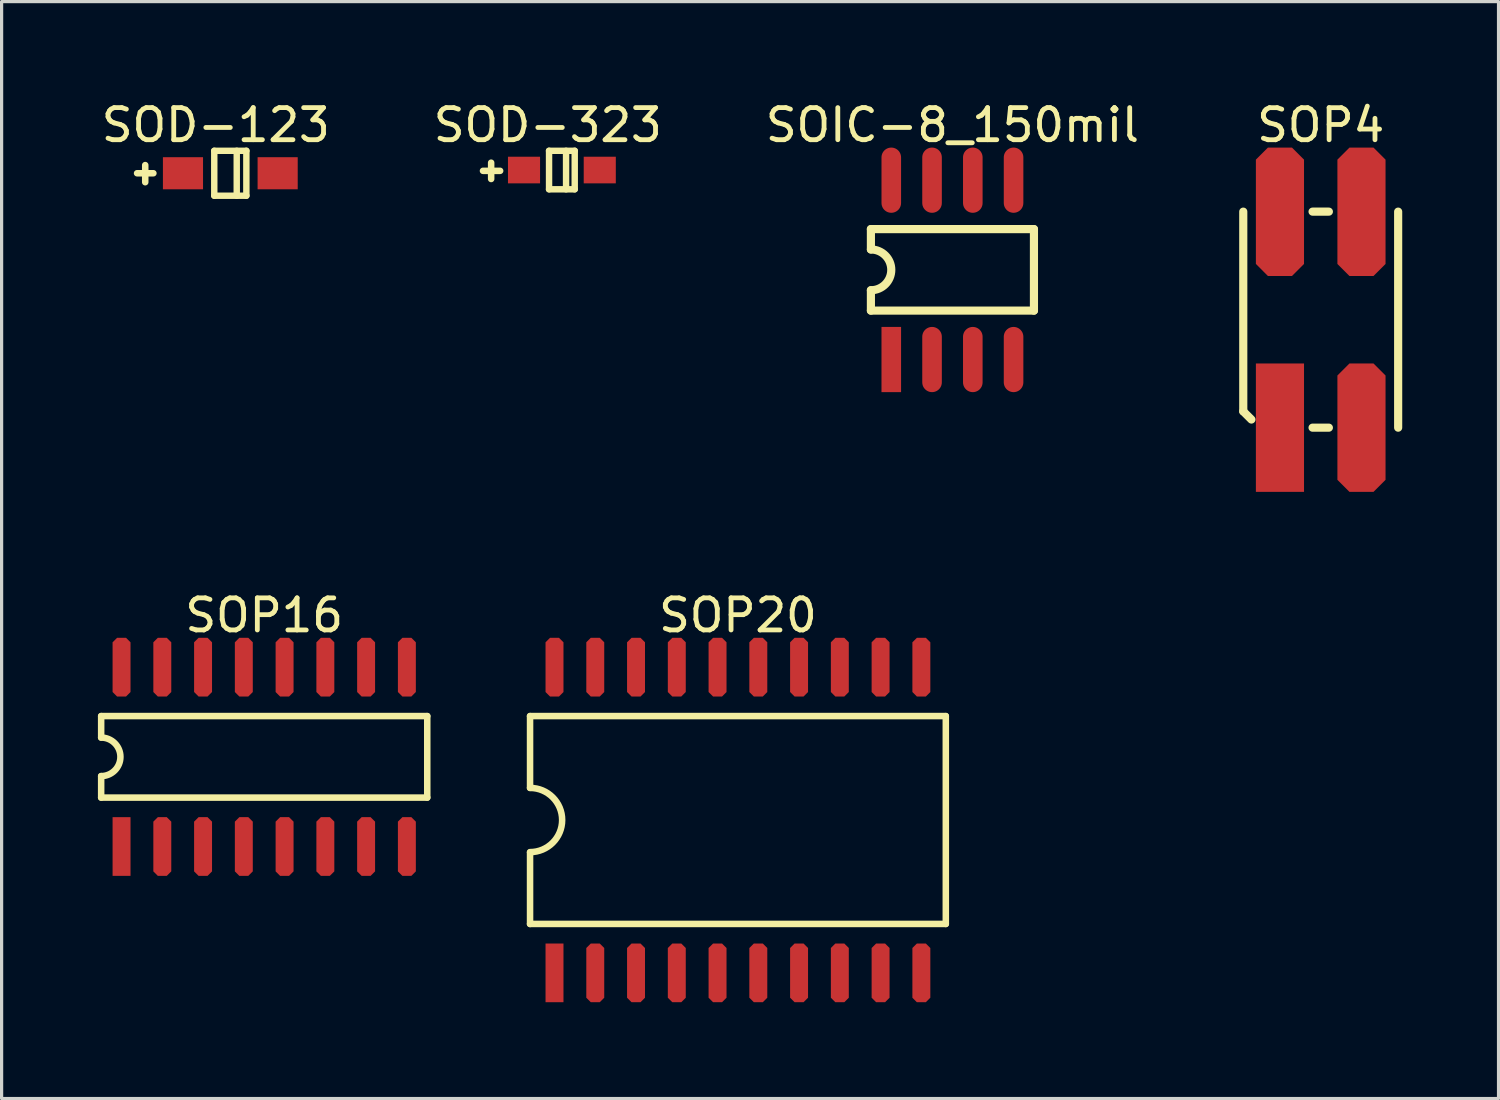
<source format=kicad_pcb>
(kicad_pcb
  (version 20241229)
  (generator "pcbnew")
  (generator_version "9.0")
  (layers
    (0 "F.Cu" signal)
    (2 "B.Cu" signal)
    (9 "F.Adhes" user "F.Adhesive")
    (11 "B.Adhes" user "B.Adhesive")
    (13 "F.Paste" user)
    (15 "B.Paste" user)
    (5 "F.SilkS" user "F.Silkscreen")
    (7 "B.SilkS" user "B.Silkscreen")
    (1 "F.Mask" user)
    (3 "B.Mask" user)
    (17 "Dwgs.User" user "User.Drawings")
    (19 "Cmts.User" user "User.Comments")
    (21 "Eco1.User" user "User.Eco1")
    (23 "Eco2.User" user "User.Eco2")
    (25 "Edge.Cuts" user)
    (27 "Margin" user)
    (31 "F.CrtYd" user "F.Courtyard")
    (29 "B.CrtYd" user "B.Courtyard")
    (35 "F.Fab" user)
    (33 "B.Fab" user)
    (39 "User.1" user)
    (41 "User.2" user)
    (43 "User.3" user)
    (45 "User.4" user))
  (footprint "SOP20"
    (layer "F.Cu")
    (at 14.227 27.262)
    (property "Reference" "SOP20" (at 5.715 -11.139 0) (layer "F.SilkS") (effects (font (size 1 1) (thickness 0.15))))
    (fp_line (start -0.762 -8.001) (end 12.192 -8.001) (stroke (width 0.203) (type solid)) (layer "F.SilkS"))
    (fp_line (start -0.762 -5.763) (end -0.762 -8.001) (stroke (width 0.203) (type solid)) (layer "F.SilkS"))
    (fp_line (start -0.762 -1.524) (end -0.762 -3.75) (stroke (width 0.203) (type solid)) (layer "F.SilkS"))
    (fp_line (start -0.762 -1.524) (end 12.192 -1.524) (stroke (width 0.203) (type solid)) (layer "F.SilkS"))
    (fp_line (start 12.192 -1.524) (end 12.192 -8.001) (stroke (width 0.203) (type solid)) (layer "F.SilkS"))
    (fp_arc (start -0.762 -5.7625) (mid 0.238 -4.7625) (end -0.762 -3.7625) (stroke (width 0.2032) (type solid)) (layer "F.SilkS"))
    (pad "1" smd rect (at 0 0) (size 0.559 1.829) (layers "F.Cu" "F.Mask" "F.Paste"))
    (pad "2" smd roundrect (at 1.27 0) (size 0.559 1.829) (layers "F.Cu" "F.Mask" "F.Paste") (roundrect_rratio 0.25) (chamfer_ratio 0.25) (chamfer top_left top_right bottom_left bottom_right))
    (pad "3" smd roundrect (at 2.54 0) (size 0.559 1.829) (layers "F.Cu" "F.Mask" "F.Paste") (roundrect_rratio 0.25) (chamfer_ratio 0.25) (chamfer top_left top_right bottom_left bottom_right))
    (pad "4" smd roundrect (at 3.81 0) (size 0.559 1.829) (layers "F.Cu" "F.Mask" "F.Paste") (roundrect_rratio 0.25) (chamfer_ratio 0.25) (chamfer top_left top_right bottom_left bottom_right))
    (pad "5" smd roundrect (at 5.08 0) (size 0.559 1.829) (layers "F.Cu" "F.Mask" "F.Paste") (roundrect_rratio 0.25) (chamfer_ratio 0.25) (chamfer top_left top_right bottom_left bottom_right))
    (pad "6" smd roundrect (at 6.35 0) (size 0.559 1.829) (layers "F.Cu" "F.Mask" "F.Paste") (roundrect_rratio 0.25) (chamfer_ratio 0.25) (chamfer top_left top_right bottom_left bottom_right))
    (pad "7" smd roundrect (at 7.62 0) (size 0.559 1.829) (layers "F.Cu" "F.Mask" "F.Paste") (roundrect_rratio 0.25) (chamfer_ratio 0.25) (chamfer top_left top_right bottom_left bottom_right))
    (pad "8" smd roundrect (at 8.89 0) (size 0.559 1.829) (layers "F.Cu" "F.Mask" "F.Paste") (roundrect_rratio 0.25) (chamfer_ratio 0.25) (chamfer top_left top_right bottom_left bottom_right))
    (pad "9" smd roundrect (at 10.16 0) (size 0.559 1.829) (layers "F.Cu" "F.Mask" "F.Paste") (roundrect_rratio 0.25) (chamfer_ratio 0.25) (chamfer top_left top_right bottom_left bottom_right))
    (pad "10" smd roundrect (at 11.43 0) (size 0.559 1.829) (layers "F.Cu" "F.Mask" "F.Paste") (roundrect_rratio 0.25) (chamfer_ratio 0.25) (chamfer top_left top_right bottom_left bottom_right))
    (pad "11" smd roundrect (at 11.43 -9.525) (size 0.559 1.829) (layers "F.Cu" "F.Mask" "F.Paste") (roundrect_rratio 0.25) (chamfer_ratio 0.25) (chamfer top_left top_right bottom_left bottom_right))
    (pad "12" smd roundrect (at 10.16 -9.525) (size 0.559 1.829) (layers "F.Cu" "F.Mask" "F.Paste") (roundrect_rratio 0.25) (chamfer_ratio 0.25) (chamfer top_left top_right bottom_left bottom_right))
    (pad "13" smd roundrect (at 8.89 -9.525) (size 0.559 1.829) (layers "F.Cu" "F.Mask" "F.Paste") (roundrect_rratio 0.25) (chamfer_ratio 0.25) (chamfer top_left top_right bottom_left bottom_right))
    (pad "14" smd roundrect (at 7.62 -9.525) (size 0.559 1.829) (layers "F.Cu" "F.Mask" "F.Paste") (roundrect_rratio 0.25) (chamfer_ratio 0.25) (chamfer top_left top_right bottom_left bottom_right))
    (pad "15" smd roundrect (at 6.35 -9.525) (size 0.559 1.829) (layers "F.Cu" "F.Mask" "F.Paste") (roundrect_rratio 0.25) (chamfer_ratio 0.25) (chamfer top_left top_right bottom_left bottom_right))
    (pad "16" smd roundrect (at 5.08 -9.525) (size 0.559 1.829) (layers "F.Cu" "F.Mask" "F.Paste") (roundrect_rratio 0.25) (chamfer_ratio 0.25) (chamfer top_left top_right bottom_left bottom_right))
    (pad "17" smd roundrect (at 3.81 -9.525) (size 0.559 1.829) (layers "F.Cu" "F.Mask" "F.Paste") (roundrect_rratio 0.25) (chamfer_ratio 0.25) (chamfer top_left top_right bottom_left bottom_right))
    (pad "18" smd roundrect (at 2.54 -9.525) (size 0.559 1.829) (layers "F.Cu" "F.Mask" "F.Paste") (roundrect_rratio 0.25) (chamfer_ratio 0.25) (chamfer top_left top_right bottom_left bottom_right))
    (pad "19" smd roundrect (at 1.27 -9.525) (size 0.559 1.829) (layers "F.Cu" "F.Mask" "F.Paste") (roundrect_rratio 0.25) (chamfer_ratio 0.25) (chamfer top_left top_right bottom_left bottom_right))
    (pad "20" smd roundrect (at 0 -9.525) (size 0.559 1.829) (layers "F.Cu" "F.Mask" "F.Paste") (roundrect_rratio 0.25) (chamfer_ratio 0.25) (chamfer top_left top_right bottom_left bottom_right)))
  (footprint "SOP16"
    (layer "F.Cu")
    (at 0.737 23.325)
    (property "Reference" "SOP16" (at 4.445 -7.202 0) (layer "F.SilkS") (effects (font (size 1 1) (thickness 0.15))))
    (fp_line (start -0.635 -4.064) (end 9.525 -4.064) (stroke (width 0.203) (type solid)) (layer "F.SilkS"))
    (fp_line (start -0.635 -3.394) (end -0.635 -4.064) (stroke (width 0.203) (type solid)) (layer "F.SilkS"))
    (fp_line (start -0.635 -1.524) (end -0.635 -2.194) (stroke (width 0.203) (type solid)) (layer "F.SilkS"))
    (fp_line (start -0.635 -1.524) (end 9.525 -1.524) (stroke (width 0.203) (type solid)) (layer "F.SilkS"))
    (fp_line (start 9.525 -1.524) (end 9.525 -4.064) (stroke (width 0.203) (type solid)) (layer "F.SilkS"))
    (fp_arc (start -0.635 -3.394) (mid -0.035 -2.794) (end -0.635 -2.194) (stroke (width 0.2032) (type solid)) (layer "F.SilkS"))
    (pad "1" smd rect (at 0 0) (size 0.559 1.829) (layers "F.Cu" "F.Mask" "F.Paste"))
    (pad "2" smd roundrect (at 1.27 0) (size 0.559 1.829) (layers "F.Cu" "F.Mask" "F.Paste") (roundrect_rratio 0.25) (chamfer_ratio 0.25) (chamfer top_left top_right bottom_left bottom_right))
    (pad "3" smd roundrect (at 2.54 0) (size 0.559 1.829) (layers "F.Cu" "F.Mask" "F.Paste") (roundrect_rratio 0.25) (chamfer_ratio 0.25) (chamfer top_left top_right bottom_left bottom_right))
    (pad "4" smd roundrect (at 3.81 0) (size 0.559 1.829) (layers "F.Cu" "F.Mask" "F.Paste") (roundrect_rratio 0.25) (chamfer_ratio 0.25) (chamfer top_left top_right bottom_left bottom_right))
    (pad "5" smd roundrect (at 5.08 0) (size 0.559 1.829) (layers "F.Cu" "F.Mask" "F.Paste") (roundrect_rratio 0.25) (chamfer_ratio 0.25) (chamfer top_left top_right bottom_left bottom_right))
    (pad "6" smd roundrect (at 6.35 0) (size 0.559 1.829) (layers "F.Cu" "F.Mask" "F.Paste") (roundrect_rratio 0.25) (chamfer_ratio 0.25) (chamfer top_left top_right bottom_left bottom_right))
    (pad "7" smd roundrect (at 7.62 0) (size 0.559 1.829) (layers "F.Cu" "F.Mask" "F.Paste") (roundrect_rratio 0.25) (chamfer_ratio 0.25) (chamfer top_left top_right bottom_left bottom_right))
    (pad "8" smd roundrect (at 8.89 0) (size 0.559 1.829) (layers "F.Cu" "F.Mask" "F.Paste") (roundrect_rratio 0.25) (chamfer_ratio 0.25) (chamfer top_left top_right bottom_left bottom_right))
    (pad "9" smd roundrect (at 8.89 -5.588) (size 0.559 1.829) (layers "F.Cu" "F.Mask" "F.Paste") (roundrect_rratio 0.25) (chamfer_ratio 0.25) (chamfer top_left top_right bottom_left bottom_right))
    (pad "10" smd roundrect (at 7.62 -5.588) (size 0.559 1.829) (layers "F.Cu" "F.Mask" "F.Paste") (roundrect_rratio 0.25) (chamfer_ratio 0.25) (chamfer top_left top_right bottom_left bottom_right))
    (pad "11" smd roundrect (at 6.35 -5.588) (size 0.559 1.829) (layers "F.Cu" "F.Mask" "F.Paste") (roundrect_rratio 0.25) (chamfer_ratio 0.25) (chamfer top_left top_right bottom_left bottom_right))
    (pad "12" smd roundrect (at 5.08 -5.588) (size 0.559 1.829) (layers "F.Cu" "F.Mask" "F.Paste") (roundrect_rratio 0.25) (chamfer_ratio 0.25) (chamfer top_left top_right bottom_left bottom_right))
    (pad "13" smd roundrect (at 3.81 -5.588) (size 0.559 1.829) (layers "F.Cu" "F.Mask" "F.Paste") (roundrect_rratio 0.25) (chamfer_ratio 0.25) (chamfer top_left top_right bottom_left bottom_right))
    (pad "14" smd roundrect (at 2.54 -5.588) (size 0.559 1.829) (layers "F.Cu" "F.Mask" "F.Paste") (roundrect_rratio 0.25) (chamfer_ratio 0.25) (chamfer top_left top_right bottom_left bottom_right))
    (pad "15" smd roundrect (at 1.27 -5.588) (size 0.559 1.829) (layers "F.Cu" "F.Mask" "F.Paste") (roundrect_rratio 0.25) (chamfer_ratio 0.25) (chamfer top_left top_right bottom_left bottom_right))
    (pad "16" smd roundrect (at 0 -5.588) (size 0.559 1.829) (layers "F.Cu" "F.Mask" "F.Paste") (roundrect_rratio 0.25) (chamfer_ratio 0.25) (chamfer top_left top_right bottom_left bottom_right)))
  (footprint "SOD-123"
    (layer "F.Cu")
    (at 2.651 2.348)
    (property "Reference" "SOD-123" (at 1.022 -1.5 0) (layer "F.SilkS") (effects (font (size 1 1) (thickness 0.15))))
    (fp_line (start -1.43 0) (end -0.922 0) (stroke (width 0.203) (type solid)) (layer "F.SilkS"))
    (fp_line (start -1.176 0.279) (end -1.176 -0.254) (stroke (width 0.203) (type solid)) (layer "F.SilkS"))
    (fp_line (start 0.975 -0.7) (end 1.975 -0.7) (stroke (width 0.2) (type solid)) (layer "F.SilkS"))
    (fp_line (start 0.975 0.7) (end 0.975 -0.7) (stroke (width 0.2) (type solid)) (layer "F.SilkS"))
    (fp_line (start 0.975 0.7) (end 1.975 0.7) (stroke (width 0.2) (type solid)) (layer "F.SilkS"))
    (fp_line (start 1.675 0.7) (end 1.675 -0.7) (stroke (width 0.2) (type solid)) (layer "F.SilkS"))
    (fp_line (start 1.975 0.7) (end 1.975 -0.7) (stroke (width 0.2) (type solid)) (layer "F.SilkS"))
    (pad "1" smd rect (at 0 0) (size 1.25 1) (layers "F.Cu" "F.Mask" "F.Paste"))
    (pad "2" smd rect (at 2.95 0) (size 1.25 1) (layers "F.Cu" "F.Mask" "F.Paste")))
  (footprint "SOIC-8_150mil"
    (layer "F.Cu")
    (at 24.72 8.152)
    (property "Reference" "SOIC-8_150mil" (at 1.905 -7.304 0) (layer "F.SilkS") (effects (font (size 1 1) (thickness 0.15))))
    (fp_line (start -0.635 -4.064) (end 4.445 -4.064) (stroke (width 0.254) (type solid)) (layer "F.SilkS"))
    (fp_line (start -0.635 -3.429) (end -0.635 -4.064) (stroke (width 0.254) (type solid)) (layer "F.SilkS"))
    (fp_line (start -0.635 -1.524) (end -0.635 -2.159) (stroke (width 0.254) (type solid)) (layer "F.SilkS"))
    (fp_line (start -0.635 -1.524) (end 4.445 -1.524) (stroke (width 0.254) (type solid)) (layer "F.SilkS"))
    (fp_line (start 4.445 -1.524) (end 4.445 -4.064) (stroke (width 0.254) (type solid)) (layer "F.SilkS"))
    (fp_arc (start -0.635 -3.429) (mid 0 -2.794) (end -0.635 -2.159) (stroke (width 0.254) (type solid)) (layer "F.SilkS"))
    (pad "1" smd rect (at 0 0 90) (size 2.032 0.61) (layers "F.Cu" "F.Mask" "F.Paste"))
    (pad "2" smd oval (at 1.27 0 90) (size 2.032 0.61) (layers "F.Cu" "F.Mask" "F.Paste"))
    (pad "3" smd oval (at 2.54 0 90) (size 2.032 0.61) (layers "F.Cu" "F.Mask" "F.Paste"))
    (pad "4" smd oval (at 3.81 0 90) (size 2.032 0.61) (layers "F.Cu" "F.Mask" "F.Paste"))
    (pad "5" smd oval (at 3.81 -5.588 90) (size 2.032 0.61) (layers "F.Cu" "F.Mask" "F.Paste"))
    (pad "6" smd oval (at 2.54 -5.588 90) (size 2.032 0.61) (layers "F.Cu" "F.Mask" "F.Paste"))
    (pad "7" smd oval (at 1.27 -5.588 90) (size 2.032 0.61) (layers "F.Cu" "F.Mask" "F.Paste"))
    (pad "8" smd oval (at 0 -5.588 90) (size 2.032 0.61) (layers "F.Cu" "F.Mask" "F.Paste")))
  (footprint "SOD-323"
    (layer "F.Cu")
    (at 13.277 2.248)
    (property "Reference" "SOD-323" (at 0.74 -1.4 0) (layer "F.SilkS") (effects (font (size 1 1) (thickness 0.15))))
    (fp_line (start -1.278 0.025) (end -0.744 0.025) (stroke (width 0.203) (type solid)) (layer "F.SilkS"))
    (fp_line (start -1.024 0.279) (end -1.024 -0.229) (stroke (width 0.203) (type solid)) (layer "F.SilkS"))
    (fp_line (start 0.78 -0.6) (end 1.58 -0.6) (stroke (width 0.2) (type solid)) (layer "F.SilkS"))
    (fp_line (start 0.78 0.6) (end 0.78 -0.6) (stroke (width 0.2) (type solid)) (layer "F.SilkS"))
    (fp_line (start 0.78 0.6) (end 1.58 0.6) (stroke (width 0.2) (type solid)) (layer "F.SilkS"))
    (fp_line (start 1.31 0.6) (end 1.31 -0.6) (stroke (width 0.2) (type solid)) (layer "F.SilkS"))
    (fp_line (start 1.58 0.6) (end 1.58 -0.6) (stroke (width 0.2) (type solid)) (layer "F.SilkS"))
    (pad "1" smd rect (at 0 0 180) (size 1 0.83) (layers "F.Cu" "F.Mask" "F.Paste"))
    (pad "2" smd rect (at 2.36 0 180) (size 1 0.83) (layers "F.Cu" "F.Mask" "F.Paste")))
  (footprint "SOP4"
    (layer "F.Cu")
    (at 36.83 10.275)
    (property "Reference" "SOP4" (at 1.27 -9.426 0) (layer "F.SilkS") (effects (font (size 1 1) (thickness 0.15))))
    (fp_line (start -1.143 -0.508) (end -1.143 -6.731) (stroke (width 0.254) (type solid)) (layer "F.SilkS"))
    (fp_line (start -1.143 -0.508) (end -0.889 -0.254) (stroke (width 0.254) (type solid)) (layer "F.SilkS"))
    (fp_line (start 1.016 -6.731) (end 1.524 -6.731) (stroke (width 0.254) (type solid)) (layer "F.SilkS"))
    (fp_line (start 1.016 0) (end 1.524 0) (stroke (width 0.254) (type solid)) (layer "F.SilkS"))
    (fp_line (start 3.683 0) (end 3.683 -6.731) (stroke (width 0.254) (type solid)) (layer "F.SilkS"))
    (pad "1" smd rect (at 0 0 270) (size 4 1.5) (layers "F.Cu" "F.Mask" "F.Paste"))
    (pad "2" smd roundrect (at 2.54 0 270) (size 4 1.5) (layers "F.Cu" "F.Mask" "F.Paste") (roundrect_rratio 0.25) (chamfer_ratio 0.25) (chamfer top_left top_right bottom_left bottom_right))
    (pad "3" smd roundrect (at 2.54 -6.726 270) (size 4 1.5) (layers "F.Cu" "F.Mask" "F.Paste") (roundrect_rratio 0.25) (chamfer_ratio 0.25) (chamfer top_left top_right bottom_left bottom_right))
    (pad "4" smd roundrect (at 0 -6.726 270) (size 4 1.5) (layers "F.Cu" "F.Mask" "F.Paste") (roundrect_rratio 0.25) (chamfer_ratio 0.25) (chamfer top_left top_right bottom_left bottom_right)))
  (gr_rect
    (start -3 -3)
    (end 43.64 31.177)
    (stroke (width 0.1) (type default))
    (fill no)
    (layer "Edge.Cuts")))
</source>
